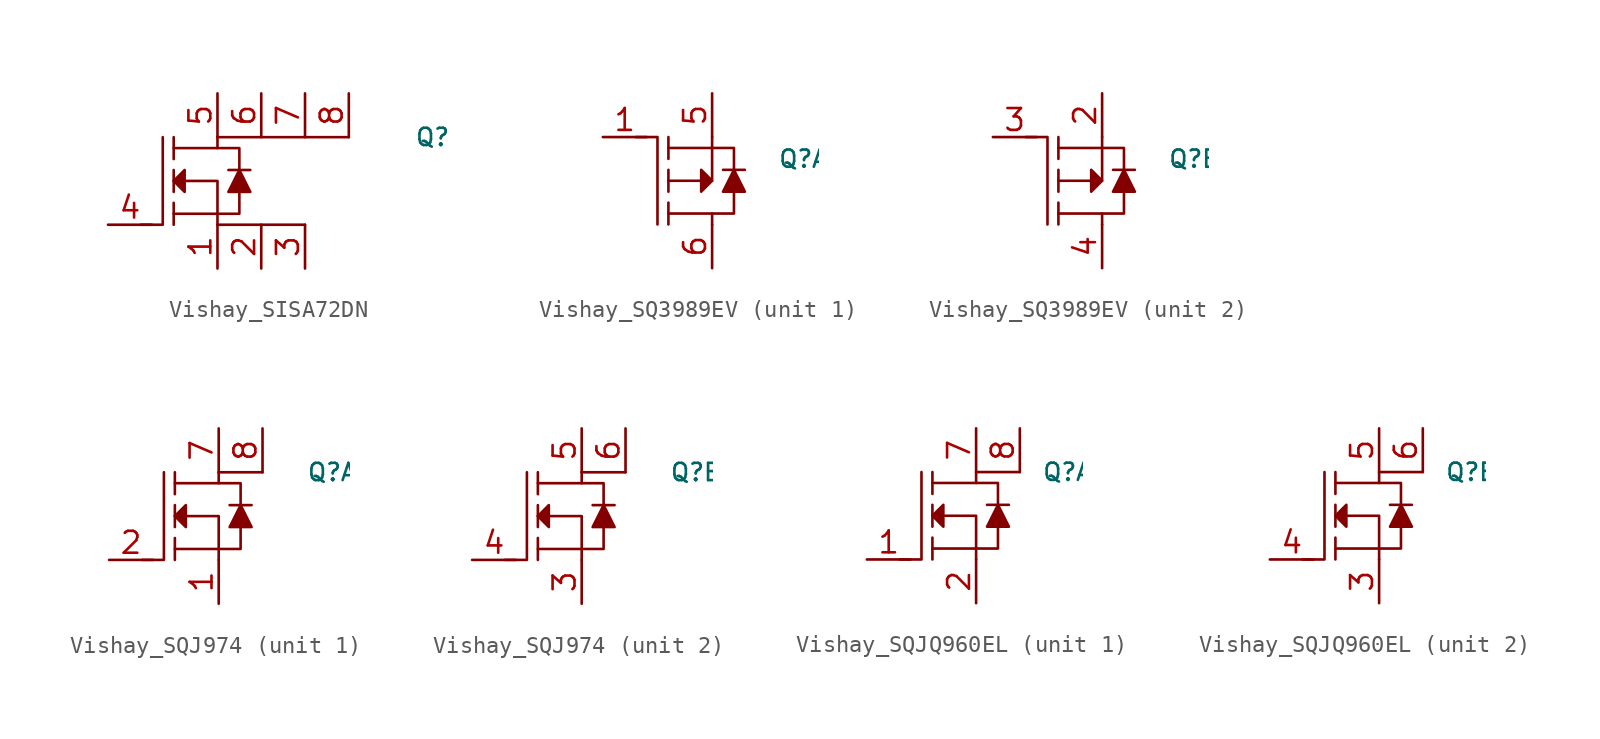
<source format=kicad_sym>
(kicad_symbol_lib
  (version 20231120)
  (generator "kicad_symbol_editor")
  (generator_version "8.0")
  (symbol "Vishay_SISA72DN"
    (property "Reference" "Q"
      (at 11.43 2.54 0)
      (effects (font (size 1 1)) (justify left)))
    (symbol "Vishay_SISA72DN_0_1"
      (polyline (pts (xy -2.54 -1.905) (xy 0 -1.905)) (stroke (width 0) (type default)) (fill (type none)))
      (polyline (pts (xy -2.54 -1.27) (xy -2.54 -2.54)) (stroke (width 0) (type default)) (fill (type none)))
      (polyline (pts (xy -2.54 0.635) (xy -2.54 -0.635)) (stroke (width 0) (type default)) (fill (type none)))
      (polyline (pts (xy -2.54 2.54) (xy -2.54 1.27)) (stroke (width 0) (type default)) (fill (type none)))
      (polyline (pts (xy 0.635 0.635) (xy 1.905 0.635)) (stroke (width 0) (type default)) (fill (type none)))
      (polyline (pts (xy 5.08 -2.54) (xy 0 -2.54)) (stroke (width 0) (type default)) (fill (type none)))
      (polyline (pts (xy 7.62 2.54) (xy 0 2.54)) (stroke (width 0) (type default)) (fill (type none)))
      (polyline (pts (xy -3.175 2.54) (xy -3.175 -2.54) (xy -4.445 -2.54)) (stroke (width 0) (type default)) (fill (type none)))
      (polyline (pts (xy -2.54 0) (xy 0 0) (xy 0 -2.54)) (stroke (width 0) (type default)) (fill (type none)))
      (polyline (pts (xy -2.54 1.905) (xy 0 1.905) (xy 0 2.54)) (stroke (width 0) (type default)) (fill (type none)))
      (polyline (pts (xy 1.27 -0.635) (xy 1.27 -1.905) (xy 0 -1.905)) (stroke (width 0) (type default)) (fill (type none)))
      (polyline (pts (xy 1.27 0.635) (xy 1.27 1.905) (xy 0 1.905)) (stroke (width 0) (type default)) (fill (type none)))
      (polyline (pts (xy -1.905 0.635) (xy -1.905 -0.635) (xy -2.54 0) (xy -1.905 0.635)) (stroke (width 0) (type default)) (fill (type outline)))
      (polyline (pts (xy 1.27 0.635) (xy 0.635 -0.635) (xy 1.905 -0.635) (xy 1.27 0.635)) (stroke (width 0) (type default)) (fill (type outline))))
    (symbol "Vishay_SISA72DN_1_1"
      (pin bidirectional line (at 0 -5.08 90) (length 2.54) (name "~" (effects (font (size 1.27 1.27)))) (number "1" (effects (font (size 1.27 1.27)))))
      (pin bidirectional line (at 2.54 -5.08 90) (length 2.54) (name "~" (effects (font (size 1.27 1.27)))) (number "2" (effects (font (size 1.27 1.27)))))
      (pin bidirectional line (at 5.08 -5.08 90) (length 2.54) (name "~" (effects (font (size 1.27 1.27)))) (number "3" (effects (font (size 1.27 1.27)))))
      (pin input line (at -6.35 -2.54 0) (length 2.54) (name "~" (effects (font (size 1.27 1.27)))) (number "4" (effects (font (size 1.27 1.27)))))
      (pin bidirectional line (at 0 5.08 270) (length 2.54) (name "~" (effects (font (size 1.27 1.27)))) (number "5" (effects (font (size 1.27 1.27)))))
      (pin bidirectional line (at 2.54 5.08 270) (length 2.54) (name "~" (effects (font (size 1.27 1.27)))) (number "6" (effects (font (size 1.27 1.27)))))
      (pin bidirectional line (at 5.08 5.08 270) (length 2.54) (name "~" (effects (font (size 1.27 1.27)))) (number "7" (effects (font (size 1.27 1.27)))))
      (pin bidirectional line (at 7.62 5.08 270) (length 2.54) (name "~" (effects (font (size 1.27 1.27)))) (number "8" (effects (font (size 1.27 1.27)))))))
  (symbol "Vishay_SQ3989EV"
    (property "Reference" "Q"
      (at 3.81 1.27 0)
      (effects (font (size 1 1)) (justify left)))
    (symbol "Vishay_SQ3989EV_0_1"
      (polyline (pts (xy -2.54 -2.54) (xy -2.54 -1.27)) (stroke (width 0) (type default)) (fill (type none)))
      (polyline (pts (xy -2.54 -0.635) (xy -2.54 0.635)) (stroke (width 0) (type default)) (fill (type none)))
      (polyline (pts (xy -2.54 1.27) (xy -2.54 2.54)) (stroke (width 0) (type default)) (fill (type none)))
      (polyline (pts (xy -2.54 1.905) (xy 0 1.905)) (stroke (width 0) (type default)) (fill (type none)))
      (polyline (pts (xy 0.635 0.635) (xy 1.905 0.635)) (stroke (width 0) (type default)) (fill (type none)))
      (polyline (pts (xy -3.175 -2.54) (xy -3.175 2.54) (xy -4.445 2.54)) (stroke (width 0) (type default)) (fill (type none)))
      (polyline (pts (xy -2.54 -1.905) (xy 0 -1.905) (xy 0 -2.54)) (stroke (width 0) (type default)) (fill (type none)))
      (polyline (pts (xy -2.54 0) (xy 0 0) (xy 0 2.54)) (stroke (width 0) (type default)) (fill (type none)))
      (polyline (pts (xy 1.27 -0.635) (xy 1.27 -1.905) (xy 0 -1.905)) (stroke (width 0) (type default)) (fill (type none)))
      (polyline (pts (xy 1.27 0.635) (xy 1.27 1.905) (xy 0 1.905)) (stroke (width 0) (type default)) (fill (type none)))
      (polyline (pts (xy -0.635 -0.635) (xy -0.635 0.635) (xy 0 0) (xy -0.635 -0.635)) (stroke (width 0) (type default)) (fill (type outline)))
      (polyline (pts (xy 0.635 -0.635) (xy 1.905 -0.635) (xy 1.27 0.635) (xy 0.635 -0.635)) (stroke (width 0) (type default)) (fill (type outline))))
    (symbol "Vishay_SQ3989EV_1_1"
      (pin input line (at -6.35 2.54 0) (length 2.54) (name "~" (effects (font (size 1.27 1.27)))) (number "1" (effects (font (size 1.27 1.27)))))
      (pin bidirectional line (at 0 5.08 270) (length 2.54) (name "~" (effects (font (size 1.27 1.27)))) (number "5" (effects (font (size 1.27 1.27)))))
      (pin bidirectional line (at 0 -5.08 90) (length 2.54) (name "~" (effects (font (size 1.27 1.27)))) (number "6" (effects (font (size 1.27 1.27))))))
    (symbol "Vishay_SQ3989EV_2_1"
      (pin bidirectional line (at 0 5.08 270) (length 2.54) (name "~" (effects (font (size 1.27 1.27)))) (number "2" (effects (font (size 1.27 1.27)))))
      (pin input line (at -6.35 2.54 0) (length 2.54) (name "~" (effects (font (size 1.27 1.27)))) (number "3" (effects (font (size 1.27 1.27)))))
      (pin bidirectional line (at 0 -5.08 90) (length 2.54) (name "~" (effects (font (size 1.27 1.27)))) (number "4" (effects (font (size 1.27 1.27)))))))
  (symbol "Vishay_SQJ974"
    (property "Reference" "Q"
      (at 5.08 2.54 0)
      (effects (font (size 1 1)) (justify left)))
    (property "ki_locked" ""
      (at 0 0 0)
      (effects (font (size 1.27 1.27))))
    (symbol "Vishay_SQJ974_1_1"
      (polyline (pts (xy -2.54 -1.905) (xy 0 -1.905)) (stroke (width 0) (type default)) (fill (type none)))
      (polyline (pts (xy -2.54 -1.27) (xy -2.54 -2.54)) (stroke (width 0) (type default)) (fill (type none)))
      (polyline (pts (xy -2.54 0.635) (xy -2.54 -0.635)) (stroke (width 0) (type default)) (fill (type none)))
      (polyline (pts (xy -2.54 2.54) (xy -2.54 1.27)) (stroke (width 0) (type default)) (fill (type none)))
      (polyline (pts (xy 0.635 0.635) (xy 1.905 0.635)) (stroke (width 0) (type default)) (fill (type none)))
      (polyline (pts (xy 2.54 2.54) (xy 0 2.54)) (stroke (width 0) (type default)) (fill (type none)))
      (polyline (pts (xy -3.175 2.54) (xy -3.175 -2.54) (xy -4.445 -2.54)) (stroke (width 0) (type default)) (fill (type none)))
      (polyline (pts (xy -2.54 0) (xy 0 0) (xy 0 -2.54)) (stroke (width 0) (type default)) (fill (type none)))
      (polyline (pts (xy -2.54 1.905) (xy 0 1.905) (xy 0 2.54)) (stroke (width 0) (type default)) (fill (type none)))
      (polyline (pts (xy 1.27 -0.635) (xy 1.27 -1.905) (xy 0 -1.905)) (stroke (width 0) (type default)) (fill (type none)))
      (polyline (pts (xy 1.27 0.635) (xy 1.27 1.905) (xy 0 1.905)) (stroke (width 0) (type default)) (fill (type none)))
      (polyline (pts (xy -1.905 0.635) (xy -1.905 -0.635) (xy -2.54 0) (xy -1.905 0.635)) (stroke (width 0) (type default)) (fill (type outline)))
      (polyline (pts (xy 1.27 0.635) (xy 0.635 -0.635) (xy 1.905 -0.635) (xy 1.27 0.635)) (stroke (width 0) (type default)) (fill (type outline)))
      (pin bidirectional line (at 0 -5.08 90) (length 2.54) (name "~" (effects (font (size 1.27 1.27)))) (number "1" (effects (font (size 1.27 1.27)))))
      (pin passive line (at -6.35 -2.54 0) (length 2.54) (name "~" (effects (font (size 1.27 1.27)))) (number "2" (effects (font (size 1.27 1.27)))))
      (pin bidirectional line (at 0 5.08 270) (length 2.54) (name "~" (effects (font (size 1.27 1.27)))) (number "7" (effects (font (size 1.27 1.27)))))
      (pin bidirectional line (at 2.54 5.08 270) (length 2.54) (name "~" (effects (font (size 1.27 1.27)))) (number "8" (effects (font (size 1.27 1.27))))))
    (symbol "Vishay_SQJ974_2_1"
      (polyline (pts (xy -2.54 -1.905) (xy 0 -1.905)) (stroke (width 0) (type default)) (fill (type none)))
      (polyline (pts (xy -2.54 -1.27) (xy -2.54 -2.54)) (stroke (width 0) (type default)) (fill (type none)))
      (polyline (pts (xy -2.54 0.635) (xy -2.54 -0.635)) (stroke (width 0) (type default)) (fill (type none)))
      (polyline (pts (xy -2.54 2.54) (xy -2.54 1.27)) (stroke (width 0) (type default)) (fill (type none)))
      (polyline (pts (xy 0.635 0.635) (xy 1.905 0.635)) (stroke (width 0) (type default)) (fill (type none)))
      (polyline (pts (xy 2.54 2.54) (xy 0 2.54)) (stroke (width 0) (type default)) (fill (type none)))
      (polyline (pts (xy -3.175 2.54) (xy -3.175 -2.54) (xy -4.445 -2.54)) (stroke (width 0) (type default)) (fill (type none)))
      (polyline (pts (xy -2.54 0) (xy 0 0) (xy 0 -2.54)) (stroke (width 0) (type default)) (fill (type none)))
      (polyline (pts (xy -2.54 1.905) (xy 0 1.905) (xy 0 2.54)) (stroke (width 0) (type default)) (fill (type none)))
      (polyline (pts (xy 1.27 -0.635) (xy 1.27 -1.905) (xy 0 -1.905)) (stroke (width 0) (type default)) (fill (type none)))
      (polyline (pts (xy 1.27 0.635) (xy 1.27 1.905) (xy 0 1.905)) (stroke (width 0) (type default)) (fill (type none)))
      (polyline (pts (xy -1.905 0.635) (xy -1.905 -0.635) (xy -2.54 0) (xy -1.905 0.635)) (stroke (width 0) (type default)) (fill (type outline)))
      (polyline (pts (xy 1.27 0.635) (xy 0.635 -0.635) (xy 1.905 -0.635) (xy 1.27 0.635)) (stroke (width 0) (type default)) (fill (type outline)))
      (pin bidirectional line (at 0 -5.08 90) (length 2.54) (name "~" (effects (font (size 1.27 1.27)))) (number "3" (effects (font (size 1.27 1.27)))))
      (pin input line (at -6.35 -2.54 0) (length 2.54) (name "~" (effects (font (size 1.27 1.27)))) (number "4" (effects (font (size 1.27 1.27)))))
      (pin bidirectional line (at 0 5.08 270) (length 2.54) (name "~" (effects (font (size 1.27 1.27)))) (number "5" (effects (font (size 1.27 1.27)))))
      (pin bidirectional line (at 2.54 5.08 270) (length 2.54) (name "~" (effects (font (size 1.27 1.27)))) (number "6" (effects (font (size 1.27 1.27)))))))
  (symbol "Vishay_SQJQ960EL"
    (property "Reference" "Q"
      (at 3.81 2.54 0)
      (effects (font (size 1 1)) (justify left)))
    (property "ki_locked" ""
      (at 0 0 0)
      (effects (font (size 1.27 1.27))))
    (symbol "Vishay_SQJQ960EL_1_1"
      (polyline (pts (xy -2.54 -1.905) (xy 0 -1.905)) (stroke (width 0) (type default)) (fill (type none)))
      (polyline (pts (xy -2.54 -1.27) (xy -2.54 -2.54)) (stroke (width 0) (type default)) (fill (type none)))
      (polyline (pts (xy -2.54 0.635) (xy -2.54 -0.635)) (stroke (width 0) (type default)) (fill (type none)))
      (polyline (pts (xy -2.54 2.54) (xy -2.54 1.27)) (stroke (width 0) (type default)) (fill (type none)))
      (polyline (pts (xy 0.635 0.635) (xy 1.905 0.635)) (stroke (width 0) (type default)) (fill (type none)))
      (polyline (pts (xy 2.54 2.54) (xy 0 2.54)) (stroke (width 0) (type default)) (fill (type none)))
      (polyline (pts (xy -3.175 2.54) (xy -3.175 -2.54) (xy -4.445 -2.54)) (stroke (width 0) (type default)) (fill (type none)))
      (polyline (pts (xy -2.54 0) (xy 0 0) (xy 0 -2.54)) (stroke (width 0) (type default)) (fill (type none)))
      (polyline (pts (xy -2.54 1.905) (xy 0 1.905) (xy 0 2.54)) (stroke (width 0) (type default)) (fill (type none)))
      (polyline (pts (xy 1.27 -0.635) (xy 1.27 -1.905) (xy 0 -1.905)) (stroke (width 0) (type default)) (fill (type none)))
      (polyline (pts (xy 1.27 0.635) (xy 1.27 1.905) (xy 0 1.905)) (stroke (width 0) (type default)) (fill (type none)))
      (polyline (pts (xy -1.905 0.635) (xy -1.905 -0.635) (xy -2.54 0) (xy -1.905 0.635)) (stroke (width 0) (type default)) (fill (type outline)))
      (polyline (pts (xy 1.27 0.635) (xy 0.635 -0.635) (xy 1.905 -0.635) (xy 1.27 0.635)) (stroke (width 0) (type default)) (fill (type outline)))
      (pin passive line (at -6.35 -2.54 0) (length 2.54) (name "~" (effects (font (size 1.27 1.27)))) (number "1" (effects (font (size 1.27 1.27)))))
      (pin bidirectional line (at 0 -5.08 90) (length 2.54) (name "~" (effects (font (size 1.27 1.27)))) (number "2" (effects (font (size 1.27 1.27)))))
      (pin bidirectional line (at 0 5.08 270) (length 2.54) (name "~" (effects (font (size 1.27 1.27)))) (number "7" (effects (font (size 1.27 1.27)))))
      (pin bidirectional line (at 2.54 5.08 270) (length 2.54) (name "~" (effects (font (size 1.27 1.27)))) (number "8" (effects (font (size 1.27 1.27))))))
    (symbol "Vishay_SQJQ960EL_2_1"
      (polyline (pts (xy -2.54 -1.905) (xy 0 -1.905)) (stroke (width 0) (type default)) (fill (type none)))
      (polyline (pts (xy -2.54 -1.27) (xy -2.54 -2.54)) (stroke (width 0) (type default)) (fill (type none)))
      (polyline (pts (xy -2.54 0.635) (xy -2.54 -0.635)) (stroke (width 0) (type default)) (fill (type none)))
      (polyline (pts (xy -2.54 2.54) (xy -2.54 1.27)) (stroke (width 0) (type default)) (fill (type none)))
      (polyline (pts (xy 0.635 0.635) (xy 1.905 0.635)) (stroke (width 0) (type default)) (fill (type none)))
      (polyline (pts (xy 2.54 2.54) (xy 0 2.54)) (stroke (width 0) (type default)) (fill (type none)))
      (polyline (pts (xy -3.175 2.54) (xy -3.175 -2.54) (xy -4.445 -2.54)) (stroke (width 0) (type default)) (fill (type none)))
      (polyline (pts (xy -2.54 0) (xy 0 0) (xy 0 -2.54)) (stroke (width 0) (type default)) (fill (type none)))
      (polyline (pts (xy -2.54 1.905) (xy 0 1.905) (xy 0 2.54)) (stroke (width 0) (type default)) (fill (type none)))
      (polyline (pts (xy 1.27 -0.635) (xy 1.27 -1.905) (xy 0 -1.905)) (stroke (width 0) (type default)) (fill (type none)))
      (polyline (pts (xy 1.27 0.635) (xy 1.27 1.905) (xy 0 1.905)) (stroke (width 0) (type default)) (fill (type none)))
      (polyline (pts (xy -1.905 0.635) (xy -1.905 -0.635) (xy -2.54 0) (xy -1.905 0.635)) (stroke (width 0) (type default)) (fill (type outline)))
      (polyline (pts (xy 1.27 0.635) (xy 0.635 -0.635) (xy 1.905 -0.635) (xy 1.27 0.635)) (stroke (width 0) (type default)) (fill (type outline)))
      (pin bidirectional line (at 0 -5.08 90) (length 2.54) (name "~" (effects (font (size 1.27 1.27)))) (number "3" (effects (font (size 1.27 1.27)))))
      (pin input line (at -6.35 -2.54 0) (length 2.54) (name "~" (effects (font (size 1.27 1.27)))) (number "4" (effects (font (size 1.27 1.27)))))
      (pin bidirectional line (at 0 5.08 270) (length 2.54) (name "~" (effects (font (size 1.27 1.27)))) (number "5" (effects (font (size 1.27 1.27)))))
      (pin bidirectional line (at 2.54 5.08 270) (length 2.54) (name "~" (effects (font (size 1.27 1.27)))) (number "6" (effects (font (size 1.27 1.27))))))))
</source>
